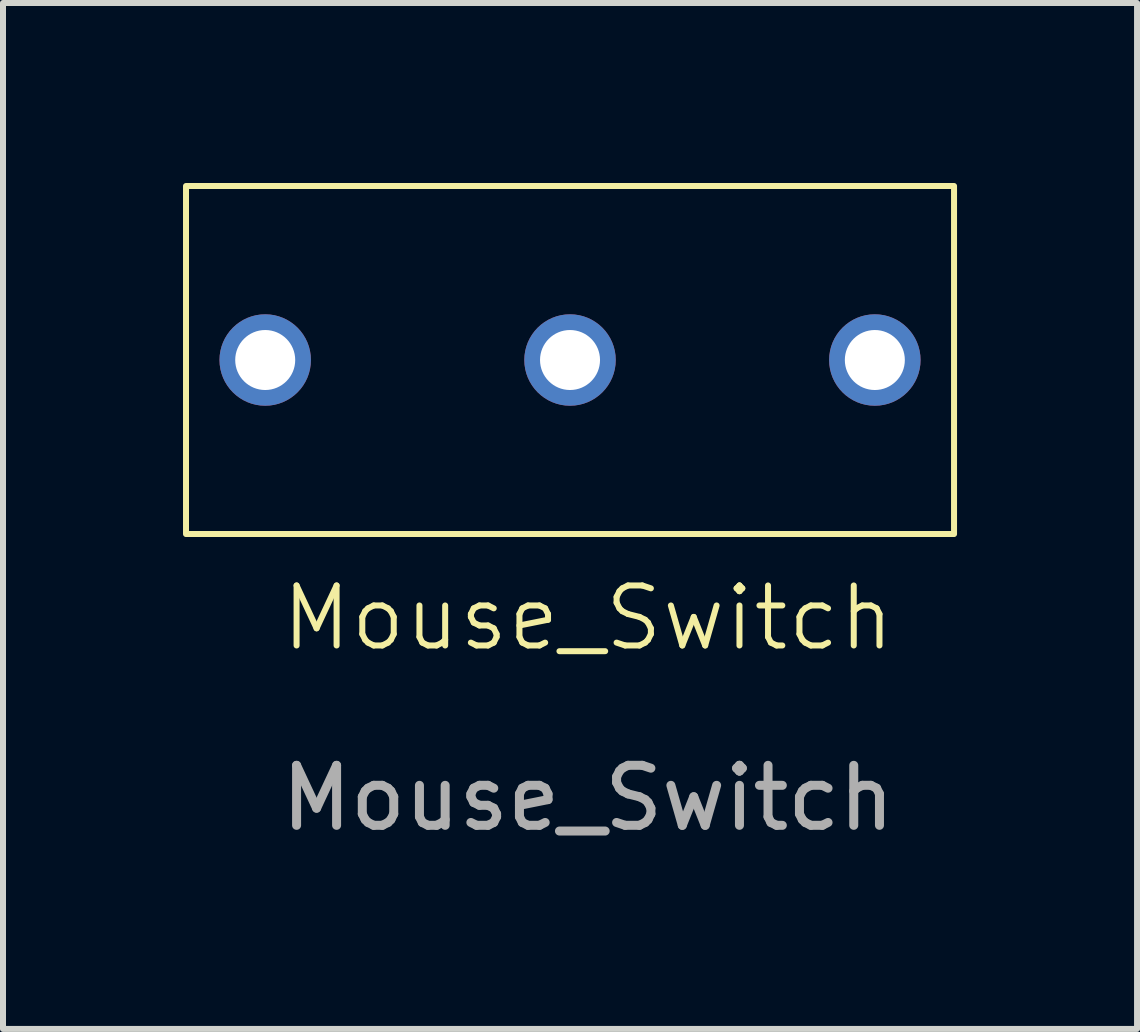
<source format=kicad_pcb>
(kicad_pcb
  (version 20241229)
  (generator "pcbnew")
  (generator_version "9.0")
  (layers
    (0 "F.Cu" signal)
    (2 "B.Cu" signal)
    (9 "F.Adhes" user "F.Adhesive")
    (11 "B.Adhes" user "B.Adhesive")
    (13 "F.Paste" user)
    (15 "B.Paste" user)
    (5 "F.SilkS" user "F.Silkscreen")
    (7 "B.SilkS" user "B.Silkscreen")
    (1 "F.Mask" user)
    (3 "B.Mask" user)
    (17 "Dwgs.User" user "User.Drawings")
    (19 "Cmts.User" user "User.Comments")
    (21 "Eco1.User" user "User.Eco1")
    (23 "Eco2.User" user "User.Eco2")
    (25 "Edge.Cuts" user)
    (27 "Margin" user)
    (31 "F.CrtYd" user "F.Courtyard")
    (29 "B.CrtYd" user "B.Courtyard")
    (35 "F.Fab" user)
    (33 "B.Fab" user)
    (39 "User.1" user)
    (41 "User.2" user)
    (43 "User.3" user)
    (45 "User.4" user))
  (footprint "Mouse_Switch"
    (layer "F.Cu")
    (at 6.45 2.95)
    (property "Reference" "Mouse_Switch" (at 0.3 4.3 0) (unlocked yes) (layer "F.SilkS") (effects (font (size 1 1) (thickness 0.1))))
    (attr through_hole)
    (fp_rect (start -6.4 -2.9) (end 6.4 2.9) (stroke (width 0.1) (type default)) (fill no) (layer "F.SilkS"))
    (fp_text user "${REFERENCE}" (at 0.3 7.3 0) (unlocked yes) (layer "F.Fab") (effects (font (size 1 1) (thickness 0.15))))
    (pad "1" thru_hole circle (at -5.08 0) (size 1.524 1.524) (drill 1) (layers "*.Cu" "*.Mask"))
    (pad "2" thru_hole circle (at 0 0) (size 1.524 1.524) (drill 1) (layers "*.Cu" "*.Mask"))
    (pad "3" thru_hole circle (at 5.08 0) (size 1.524 1.524) (drill 1) (layers "*.Cu" "*.Mask")))
  (gr_rect
    (start -3 -3)
    (end 15.9 14.098)
    (stroke (width 0.1) (type default))
    (fill no)
    (layer "Edge.Cuts")))
</source>
